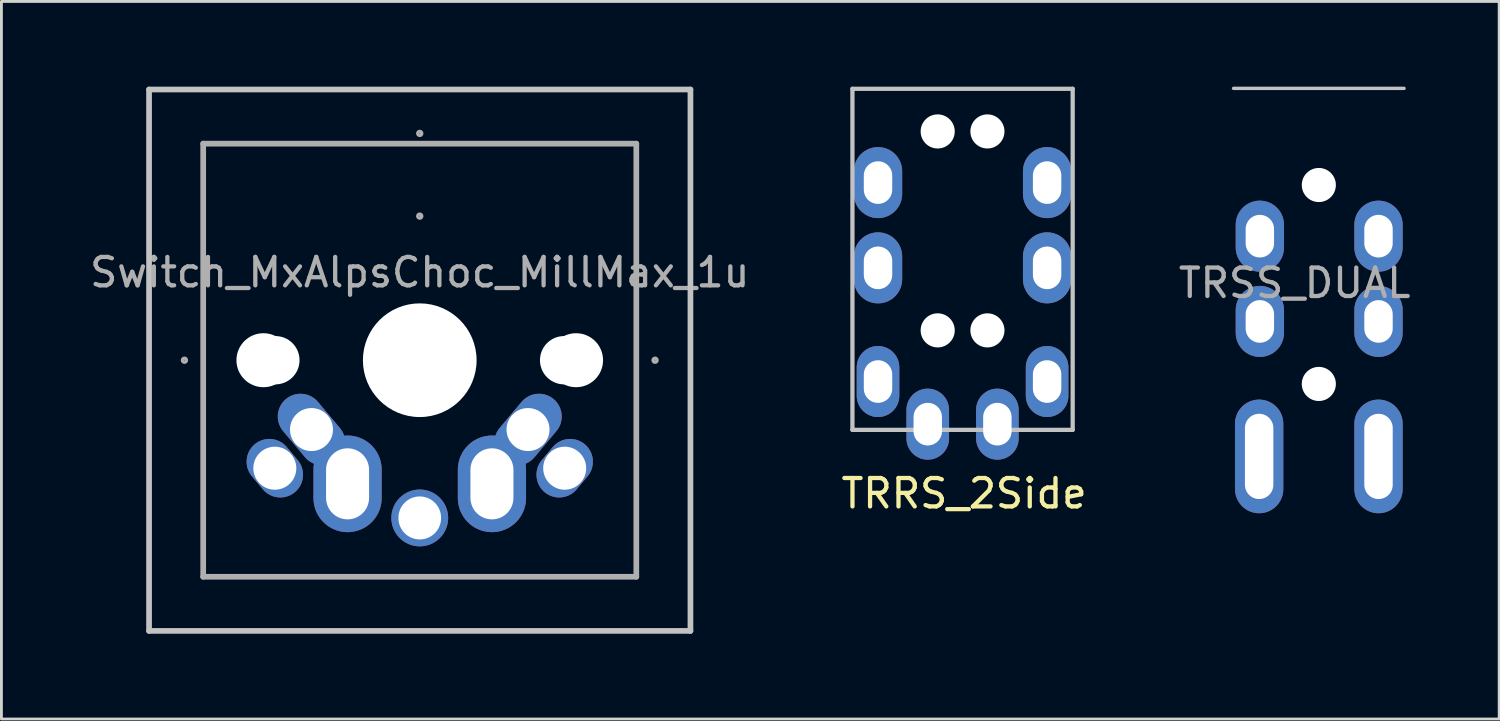
<source format=kicad_pcb>
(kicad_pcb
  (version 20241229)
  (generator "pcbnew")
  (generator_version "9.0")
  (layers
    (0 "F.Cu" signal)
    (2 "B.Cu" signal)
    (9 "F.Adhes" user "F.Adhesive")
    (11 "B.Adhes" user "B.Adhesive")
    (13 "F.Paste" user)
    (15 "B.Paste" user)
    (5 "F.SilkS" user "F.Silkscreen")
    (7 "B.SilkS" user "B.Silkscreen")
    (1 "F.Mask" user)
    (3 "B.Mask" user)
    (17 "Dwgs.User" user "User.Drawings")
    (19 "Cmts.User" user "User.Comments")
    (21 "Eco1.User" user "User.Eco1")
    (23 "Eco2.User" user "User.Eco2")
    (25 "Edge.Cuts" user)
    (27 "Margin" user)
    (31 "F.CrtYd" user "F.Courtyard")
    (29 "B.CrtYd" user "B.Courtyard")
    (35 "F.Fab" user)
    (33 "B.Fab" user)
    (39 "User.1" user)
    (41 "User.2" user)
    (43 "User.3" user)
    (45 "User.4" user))
  (footprint "TRSS_DUAL"
    (layer "F.Cu")
    (at 43.356 1.96)
    (property "Reference" "TRSS_DUAL" (at -0.85 4.95 0) (layer "F.Fab") (effects (font (size 1 1) (thickness 0.15))))
    (attr through_hole)
    (fp_line (start -3 -1.9) (end 3 -1.9) (stroke (width 0.12) (type solid)) (layer "Dwgs.User"))
    (pad "" np_thru_hole circle (at 0 1.5) (size 1.2 1.2) (drill 1.2) (layers "*.Cu" "*.Mask"))
    (pad "" np_thru_hole circle (at 0 8.5) (size 1.2 1.2) (drill 1.2) (layers "*.Cu" "*.Mask"))
    (pad "A" thru_hole oval (at -2.1 11.05) (size 1.7 4) (drill oval 1 3) (layers "*.Cu" "*.Mask"))
    (pad "B" thru_hole oval (at -2.075 3.3) (size 1.7 2.5) (drill oval 1 1.5) (layers "*.Cu" "*.Mask"))
    (pad "B" thru_hole oval (at 2.1 3.3) (size 1.7 2.5) (drill oval 1 1.5) (layers "*.Cu" "*.Mask"))
    (pad "C" thru_hole oval (at -2.075 6.3) (size 1.7 2.5) (drill oval 1 1.5) (layers "*.Cu" "*.Mask"))
    (pad "C" thru_hole oval (at 2.1 6.3) (size 1.7 2.5) (drill oval 1 1.5) (layers "*.Cu" "*.Mask"))
    (pad "D" thru_hole oval (at 2.1 11.05) (size 1.7 4) (drill oval 1 3) (layers "*.Cu" "*.Mask")))
  (footprint "TRRS_2Side"
    (layer "F.Cu")
    (at 30.875 6.435)
    (property "Reference" "TRRS_2Side" (at 0 7.88 0) (layer "F.SilkS") (effects (font (size 1 1) (thickness 0.15))))
    (attr through_hole)
    (fp_line (start -3.93 -6.36) (end 3.82 -6.36) (stroke (width 0.15) (type solid)) (layer "Dwgs.User"))
    (fp_line (start -3.93 5.64) (end -3.93 -6.36) (stroke (width 0.15) (type solid)) (layer "Dwgs.User"))
    (fp_line (start -3.93 5.64) (end 3.82 5.64) (stroke (width 0.15) (type solid)) (layer "Dwgs.User"))
    (fp_line (start 3.82 -6.36) (end 3.82 5.64) (stroke (width 0.15) (type solid)) (layer "Dwgs.User"))
    (pad "" np_thru_hole circle (at -0.93 -4.86) (size 1.2 1.2) (drill 1.2) (layers "*.Cu" "*.Mask"))
    (pad "" np_thru_hole circle (at -0.93 2.14) (size 1.2 1.2) (drill 1.2) (layers "*.Cu" "*.Mask"))
    (pad "" np_thru_hole circle (at 0.82 -4.86) (size 1.2 1.2) (drill 1.2) (layers "*.Cu" "*.Mask"))
    (pad "" np_thru_hole circle (at 0.82 2.14) (size 1.2 1.2) (drill 1.2) (layers "*.Cu" "*.Mask"))
    (pad "A" thru_hole oval (at -1.28 5.44) (size 1.5 2.5) (drill oval 1 1.5) (layers "*.Cu" "*.Mask"))
    (pad "A" thru_hole oval (at 1.17 5.44) (size 1.5 2.5) (drill oval 1 1.5) (layers "*.Cu" "*.Mask"))
    (pad "B" thru_hole oval (at -3.03 -3.06) (size 1.7 2.5) (drill oval 1 1.5) (layers "*.Cu" "*.Mask"))
    (pad "B" thru_hole oval (at 2.92 -3.06) (size 1.7 2.5) (drill oval 1 1.5) (layers "*.Cu" "*.Mask"))
    (pad "C" thru_hole oval (at -3.03 -0.06) (size 1.7 2.5) (drill oval 1 1.5) (layers "*.Cu" "*.Mask"))
    (pad "C" thru_hole oval (at 2.92 -0.06) (size 1.7 2.5) (drill oval 1 1.5) (layers "*.Cu" "*.Mask"))
    (pad "D" thru_hole oval (at -3.03 3.94) (size 1.5 2.5) (drill oval 1 1.5) (layers "*.Cu" "*.Mask"))
    (pad "D" thru_hole oval (at 2.92 3.94) (size 1.5 2.5) (drill oval 1 1.5) (layers "*.Cu" "*.Mask")))
  (footprint "Switch_MxAlpsChoc_MillMax_1u"
    (layer "F.Cu")
    (at 11.72 9.625)
    (property "Reference" "Switch_MxAlpsChoc_MillMax_1u" (at 0 -3.09 0) (layer "F.Fab") (effects (font (size 1 1) (thickness 0.15))))
    (attr through_hole)
    (fp_line (start -9.525 -9.525) (end 9.525 -9.525) (stroke (width 0.2) (type solid)) (layer "Dwgs.User"))
    (fp_line (start -9.525 9.525) (end -9.525 -9.525) (stroke (width 0.2) (type solid)) (layer "Dwgs.User"))
    (fp_line (start -9.525 9.525) (end 9.525 9.525) (stroke (width 0.2) (type solid)) (layer "Dwgs.User"))
    (fp_line (start 9.525 -9.525) (end 9.525 9.525) (stroke (width 0.2) (type solid)) (layer "Dwgs.User"))
    (fp_line (start -7.62 -7.62) (end 7.62 -7.62) (stroke (width 0.2) (type solid)) (layer "F.Fab"))
    (fp_line (start -7.62 7.62) (end -7.62 -7.62) (stroke (width 0.2) (type solid)) (layer "F.Fab"))
    (fp_line (start 7.62 -7.62) (end 7.62 7.62) (stroke (width 0.2) (type solid)) (layer "F.Fab"))
    (fp_line (start 7.62 7.62) (end -7.62 7.62) (stroke (width 0.2) (type solid)) (layer "F.Fab"))
    (fp_circle (center -8.28 0) (end -8.28 0.01) (stroke (width 0.12) (type solid)) (fill no) (layer "F.Fab"))
    (fp_circle (center 0 -7.98) (end 0 -7.97) (stroke (width 0.12) (type solid)) (fill no) (layer "F.Fab"))
    (fp_circle (center 0 -5.07) (end 0 -5.06) (stroke (width 0.12) (type solid)) (fill no) (layer "F.Fab"))
    (fp_circle (center 8.28 0) (end 8.28 0.01) (stroke (width 0.12) (type solid)) (fill no) (layer "F.Fab"))
    (pad "" np_thru_hole circle (at -5.5 0 270) (size 1.9 1.9) (drill 1.9) (layers "*.Cu" "*.Mask"))
    (pad "" np_thru_hole circle (at -5.08 0 180) (size 1.7 1.7) (drill 1.7) (layers "*.Cu" "*.Mask"))
    (pad "" np_thru_hole circle (at 0 0 270) (size 4 4) (drill 4) (layers "*.Cu" "*.Mask"))
    (pad "" np_thru_hole circle (at 5.08 0 180) (size 1.7 1.7) (drill 1.7) (layers "*.Cu" "*.Mask"))
    (pad "" np_thru_hole circle (at 5.5 0 270) (size 1.9 1.9) (drill 1.9) (layers "*.Cu" "*.Mask"))
    (pad "1" thru_hole oval (at -5.1 3.8 130) (size 2.2 1.6) (drill 1.513) (layers "*.Cu" "*.Mask"))
    (pad "1" thru_hole oval (at 2.54 4.35 180) (size 2.4 3.4) (drill oval 1.513 2.5) (layers "*.Cu" "*.Mask"))
    (pad "1" thru_hole oval (at 3.81 2.44 230) (size 2.8 1.6) (drill 1.513) (layers "*.Cu" "*.Mask"))
    (pad "1" thru_hole oval (at 5.1 3.8 230) (size 2.2 1.6) (drill 1.513) (layers "*.Cu" "*.Mask"))
    (pad "2" thru_hole oval (at -3.81 2.44 130) (size 2.8 1.6) (drill 1.513) (layers "*.Cu" "*.Mask"))
    (pad "2" thru_hole oval (at -2.54 4.35 180) (size 2.4 3.4) (drill oval 1.513 2.5) (layers "*.Cu" "*.Mask"))
    (pad "2" thru_hole circle (at 0 5.55 270) (size 2 2) (drill oval 1.513 1.5) (layers "*.Cu" "*.Mask")))
  (gr_rect
    (start -3 -3)
    (end 49.702 22.25)
    (stroke (width 0.1) (type default))
    (fill no)
    (layer "Edge.Cuts")))
</source>
